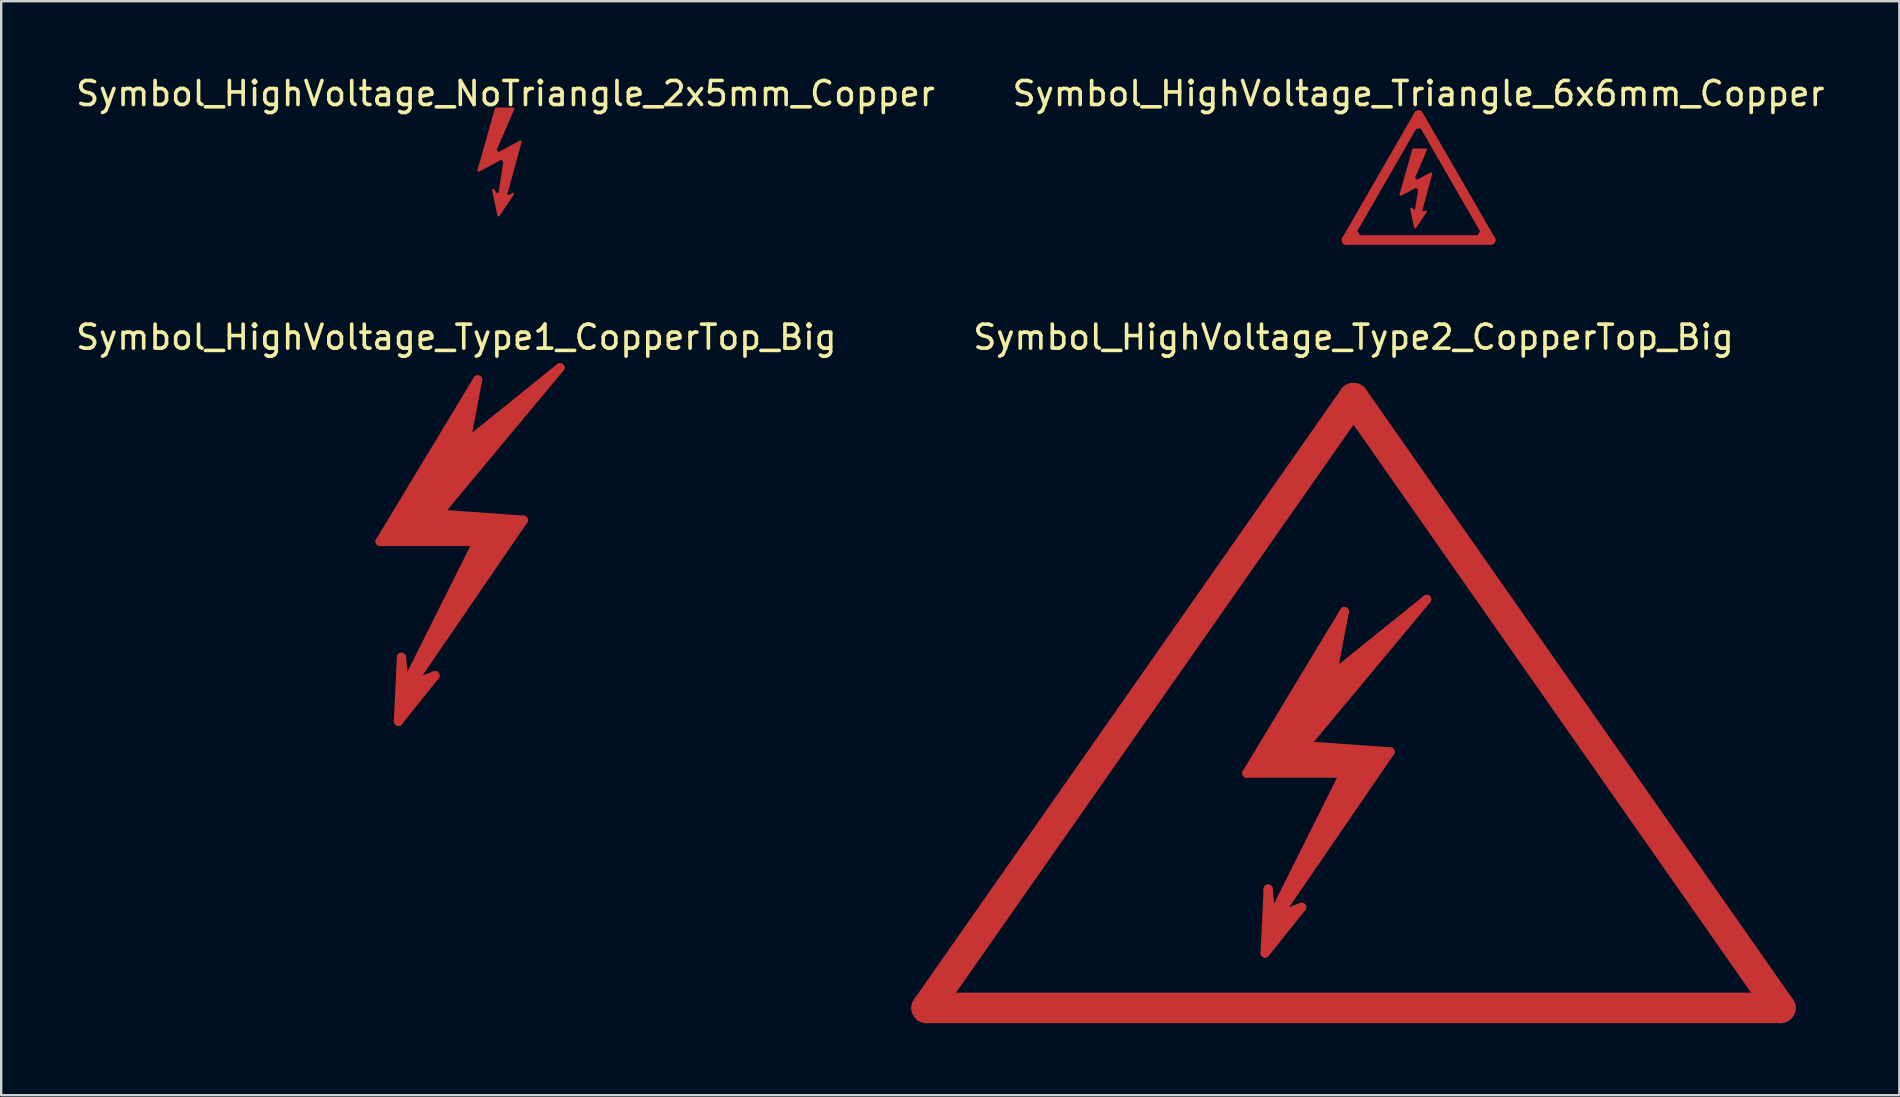
<source format=kicad_pcb>
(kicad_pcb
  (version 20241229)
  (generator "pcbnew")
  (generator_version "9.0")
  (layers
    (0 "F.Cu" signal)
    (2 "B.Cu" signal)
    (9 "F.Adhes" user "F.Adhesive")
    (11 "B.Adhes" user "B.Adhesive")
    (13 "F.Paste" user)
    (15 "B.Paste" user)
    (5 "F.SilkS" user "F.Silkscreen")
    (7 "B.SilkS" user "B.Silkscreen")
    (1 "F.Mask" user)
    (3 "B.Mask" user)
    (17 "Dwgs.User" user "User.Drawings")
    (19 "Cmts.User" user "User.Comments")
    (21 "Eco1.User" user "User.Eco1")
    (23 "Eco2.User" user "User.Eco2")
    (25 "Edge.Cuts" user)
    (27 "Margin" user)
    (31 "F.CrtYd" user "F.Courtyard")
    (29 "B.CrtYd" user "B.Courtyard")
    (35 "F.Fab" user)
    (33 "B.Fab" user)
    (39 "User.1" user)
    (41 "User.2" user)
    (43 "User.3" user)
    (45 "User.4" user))
  (footprint "Symbol_HighVoltage_Type1_CopperTop_Big"
    (layer "F.Cu")
    (at 15.958 19.125)
    (property "Reference" "Symbol_HighVoltage_Type1_CopperTop_Big" (at 0 -8.128 0) (layer "F.SilkS") (effects (font (size 1 1) (thickness 0.15))))
    (attr exclude_from_pos_files exclude_from_bom)
    (fp_line (start -3.175 0.381) (end 0.889 0.381) (stroke (width 0.381) (type solid)) (layer "F.Cu"))
    (fp_line (start -2.794 0.254) (end 0.381 -4.318) (stroke (width 0.381) (type solid)) (layer "F.Cu"))
    (fp_line (start -2.413 0.127) (end 0.254 -3.556) (stroke (width 0.381) (type solid)) (layer "F.Cu"))
    (fp_line (start -2.413 7.874) (end -0.889 5.969) (stroke (width 0.381) (type solid)) (layer "F.Cu"))
    (fp_line (start -2.286 5.207) (end -2.413 7.874) (stroke (width 0.381) (type solid)) (layer "F.Cu"))
    (fp_line (start -2.286 7.239) (end -1.905 6.35) (stroke (width 0.381) (type solid)) (layer "F.Cu"))
    (fp_line (start -2.159 6.477) (end -2.286 5.207) (stroke (width 0.381) (type solid)) (layer "F.Cu"))
    (fp_line (start -2.032 0.127) (end 2.667 -5.207) (stroke (width 0.381) (type solid)) (layer "F.Cu"))
    (fp_line (start -1.905 6.096) (end -1.778 6.223) (stroke (width 0.381) (type solid)) (layer "F.Cu"))
    (fp_line (start -1.905 6.35) (end -1.778 5.969) (stroke (width 0.381) (type solid)) (layer "F.Cu"))
    (fp_line (start -1.905 6.35) (end 2.794 -0.508) (stroke (width 0.381) (type solid)) (layer "F.Cu"))
    (fp_line (start -1.778 5.969) (end -1.905 6.096) (stroke (width 0.381) (type solid)) (layer "F.Cu"))
    (fp_line (start -1.651 0.254) (end 2.032 0.127) (stroke (width 0.381) (type solid)) (layer "F.Cu"))
    (fp_line (start -1.524 6.477) (end -2.286 7.239) (stroke (width 0.381) (type solid)) (layer "F.Cu"))
    (fp_line (start -1.397 5.461) (end 1.397 0.127) (stroke (width 0.381) (type solid)) (layer "F.Cu"))
    (fp_line (start -1.143 0) (end 1.905 -0.127) (stroke (width 0.381) (type solid)) (layer "F.Cu"))
    (fp_line (start -1.016 -1.524) (end 1.524 -4.445) (stroke (width 0.381) (type solid)) (layer "F.Cu"))
    (fp_line (start -1.016 -1.016) (end -0.762 -0.381) (stroke (width 0.381) (type solid)) (layer "F.Cu"))
    (fp_line (start -1.016 -0.381) (end -1.143 0) (stroke (width 0.381) (type solid)) (layer "F.Cu"))
    (fp_line (start -0.889 5.969) (end -1.905 6.35) (stroke (width 0.381) (type solid)) (layer "F.Cu"))
    (fp_line (start -0.762 -0.762) (end 4.318 -6.858) (stroke (width 0.381) (type solid)) (layer "F.Cu"))
    (fp_line (start 0.254 -3.556) (end -2.032 0.127) (stroke (width 0.381) (type solid)) (layer "F.Cu"))
    (fp_line (start 0.381 -4.318) (end -2.413 0.127) (stroke (width 0.381) (type solid)) (layer "F.Cu"))
    (fp_line (start 0.381 -3.683) (end 0.889 -6.35) (stroke (width 0.381) (type solid)) (layer "F.Cu"))
    (fp_line (start 0.508 -5.588) (end 0.381 -4.953) (stroke (width 0.381) (type solid)) (layer "F.Cu"))
    (fp_line (start 0.508 -5.08) (end -2.794 0.254) (stroke (width 0.381) (type solid)) (layer "F.Cu"))
    (fp_line (start 0.889 -6.35) (end -3.175 0.381) (stroke (width 0.381) (type solid)) (layer "F.Cu"))
    (fp_line (start 0.889 0.381) (end -2.159 6.477) (stroke (width 0.381) (type solid)) (layer "F.Cu"))
    (fp_line (start 1.397 0.127) (end 2.032 0.127) (stroke (width 0.381) (type solid)) (layer "F.Cu"))
    (fp_line (start 1.524 -4.445) (end -1.651 0.254) (stroke (width 0.381) (type solid)) (layer "F.Cu"))
    (fp_line (start 1.905 -0.127) (end -1.397 5.461) (stroke (width 0.381) (type solid)) (layer "F.Cu"))
    (fp_line (start 2.032 0.127) (end 0.762 2.159) (stroke (width 0.381) (type solid)) (layer "F.Cu"))
    (fp_line (start 2.032 0.127) (end 2.413 -0.381) (stroke (width 0.381) (type solid)) (layer "F.Cu"))
    (fp_line (start 2.413 -0.381) (end -1.016 -0.381) (stroke (width 0.381) (type solid)) (layer "F.Cu"))
    (fp_line (start 2.667 -5.207) (end -1.016 -1.524) (stroke (width 0.381) (type solid)) (layer "F.Cu"))
    (fp_line (start 2.794 -0.508) (end -0.762 -0.762) (stroke (width 0.381) (type solid)) (layer "F.Cu"))
    (fp_line (start 3.048 -5.461) (end 0.127 -3.175) (stroke (width 0.381) (type solid)) (layer "F.Cu"))
    (fp_line (start 4.318 -6.858) (end 0.381 -3.683) (stroke (width 0.381) (type solid)) (layer "F.Cu")))
  (footprint "Symbol_HighVoltage_Triangle_6x6mm_Copper"
    (layer "F.Cu")
    (at 56.042 4.348)
    (property "Reference" "Symbol_HighVoltage_Triangle_6x6mm_Copper" (at 0 -3.5 0) (layer "F.SilkS") (effects (font (size 1 1) (thickness 0.15))))
    (attr board_only exclude_from_pos_files exclude_from_bom allow_missing_courtyard)
    (fp_line (start -3 2.6) (end 0 -2.6) (stroke (width 0.4) (type solid)) (layer "F.Cu"))
    (fp_line (start -2.457 2.565) (end -2.723 2.155) (stroke (width 0.2) (type default)) (layer "F.Cu"))
    (fp_line (start -0.28 0.03) (end -0.08 0.21) (stroke (width 0.2) (type default)) (layer "F.Cu"))
    (fp_line (start -0.26 1.36) (end 0.21 1.46) (stroke (width 0.102) (type default)) (layer "F.Cu"))
    (fp_line (start -0.135 0.295) (end 0.115 0.465) (stroke (width 0.2) (type default)) (layer "F.Cu"))
    (fp_line (start -0.125 -2.14) (end 0.125 -2.14) (stroke (width 0.2) (type default)) (layer "F.Cu"))
    (fp_line (start 0 -2.6) (end 3 2.6) (stroke (width 0.4) (type solid)) (layer "F.Cu"))
    (fp_line (start 2.467 2.565) (end 2.733 2.155) (stroke (width 0.2) (type default)) (layer "F.Cu"))
    (fp_line (start 3 2.6) (end -3 2.6) (stroke (width 0.4) (type solid)) (layer "F.Cu"))
    (fp_poly (pts (xy -0.321 0.284) (xy 0.525 -0.171) (xy 0.049 1.565) (xy 0.293 1.416) (xy -0.141 2.062) (xy -0.3 1.3) (xy -0.131 1.533) (xy 0.07 0.273) (xy -0.745 0.707) (xy -0.215 -1.166) (xy 0.303 -1.166)) (stroke (width 0.1) (type solid)) (fill yes) (layer "F.Cu")))
  (footprint "Symbol_HighVoltage_NoTriangle_2x5mm_Copper"
    (layer "F.Cu")
    (at 18.006 3.848)
    (property "Reference" "Symbol_HighVoltage_NoTriangle_2x5mm_Copper" (at 0 -3 0) (layer "F.SilkS") (effects (font (size 1 1) (thickness 0.15))))
    (attr board_only exclude_from_pos_files exclude_from_bom allow_missing_courtyard)
    (fp_line (start -0.49 -0.65) (end -0.29 -0.4) (stroke (width 0.2) (type default)) (layer "F.Cu"))
    (fp_line (start -0.38 1.23) (end 0.13 1.32) (stroke (width 0.2) (type default)) (layer "F.Cu"))
    (fp_line (start -0.17 -0.405) (end 0.03 -0.155) (stroke (width 0.2) (type default)) (layer "F.Cu"))
    (fp_poly (pts (xy -0.538 -0.374) (xy 0.626 -1) (xy -0.029 1.387) (xy 0.306 1.183) (xy -0.291 2.07) (xy -0.509 1.023) (xy -0.276 1.343) (xy 0 -0.389) (xy -1.121 0.208) (xy -0.393 -2.368) (xy 0.32 -2.368)) (stroke (width 0.1) (type solid)) (fill yes) (layer "F.Cu")))
  (footprint "Symbol_HighVoltage_Type2_CopperTop_Big"
    (layer "F.Cu")
    (at 53.332 28.776)
    (property "Reference" "Symbol_HighVoltage_Type2_CopperTop_Big" (at 0 -17.78 0) (layer "F.SilkS") (effects (font (size 1 1) (thickness 0.15))))
    (attr exclude_from_pos_files exclude_from_bom)
    (fp_line (start -17.78 10.16) (end 0 -15.24) (stroke (width 1.27) (type solid)) (layer "F.Cu"))
    (fp_line (start -4.445 0.381) (end -0.381 0.381) (stroke (width 0.381) (type solid)) (layer "F.Cu"))
    (fp_line (start -4.064 0.254) (end -0.889 -4.318) (stroke (width 0.381) (type solid)) (layer "F.Cu"))
    (fp_line (start -3.683 0.127) (end -1.016 -3.556) (stroke (width 0.381) (type solid)) (layer "F.Cu"))
    (fp_line (start -3.683 7.874) (end -2.159 5.969) (stroke (width 0.381) (type solid)) (layer "F.Cu"))
    (fp_line (start -3.556 5.207) (end -3.683 7.874) (stroke (width 0.381) (type solid)) (layer "F.Cu"))
    (fp_line (start -3.556 7.239) (end -3.175 6.35) (stroke (width 0.381) (type solid)) (layer "F.Cu"))
    (fp_line (start -3.429 6.477) (end -3.556 5.207) (stroke (width 0.381) (type solid)) (layer "F.Cu"))
    (fp_line (start -3.302 0.127) (end 1.397 -5.207) (stroke (width 0.381) (type solid)) (layer "F.Cu"))
    (fp_line (start -3.175 6.096) (end -3.048 6.223) (stroke (width 0.381) (type solid)) (layer "F.Cu"))
    (fp_line (start -3.175 6.35) (end -3.048 5.969) (stroke (width 0.381) (type solid)) (layer "F.Cu"))
    (fp_line (start -3.175 6.35) (end 1.524 -0.508) (stroke (width 0.381) (type solid)) (layer "F.Cu"))
    (fp_line (start -3.048 5.969) (end -3.175 6.096) (stroke (width 0.381) (type solid)) (layer "F.Cu"))
    (fp_line (start -2.921 0.254) (end 0.762 0.127) (stroke (width 0.381) (type solid)) (layer "F.Cu"))
    (fp_line (start -2.794 6.477) (end -3.556 7.239) (stroke (width 0.381) (type solid)) (layer "F.Cu"))
    (fp_line (start -2.667 5.461) (end 0.127 0.127) (stroke (width 0.381) (type solid)) (layer "F.Cu"))
    (fp_line (start -2.413 0) (end 0.635 -0.127) (stroke (width 0.381) (type solid)) (layer "F.Cu"))
    (fp_line (start -2.286 -1.524) (end 0.254 -4.445) (stroke (width 0.381) (type solid)) (layer "F.Cu"))
    (fp_line (start -2.286 -1.016) (end -2.032 -0.381) (stroke (width 0.381) (type solid)) (layer "F.Cu"))
    (fp_line (start -2.286 -0.381) (end -2.413 0) (stroke (width 0.381) (type solid)) (layer "F.Cu"))
    (fp_line (start -2.159 5.969) (end -3.175 6.35) (stroke (width 0.381) (type solid)) (layer "F.Cu"))
    (fp_line (start -2.032 -0.762) (end 3.048 -6.858) (stroke (width 0.381) (type solid)) (layer "F.Cu"))
    (fp_line (start -1.016 -3.556) (end -3.302 0.127) (stroke (width 0.381) (type solid)) (layer "F.Cu"))
    (fp_line (start -0.889 -4.318) (end -3.683 0.127) (stroke (width 0.381) (type solid)) (layer "F.Cu"))
    (fp_line (start -0.889 -3.683) (end -0.381 -6.35) (stroke (width 0.381) (type solid)) (layer "F.Cu"))
    (fp_line (start -0.762 -5.588) (end -0.889 -4.953) (stroke (width 0.381) (type solid)) (layer "F.Cu"))
    (fp_line (start -0.762 -5.08) (end -4.064 0.254) (stroke (width 0.381) (type solid)) (layer "F.Cu"))
    (fp_line (start -0.381 -6.35) (end -4.445 0.381) (stroke (width 0.381) (type solid)) (layer "F.Cu"))
    (fp_line (start -0.381 0.381) (end -3.429 6.477) (stroke (width 0.381) (type solid)) (layer "F.Cu"))
    (fp_line (start 0 -15.24) (end 17.78 10.16) (stroke (width 1.27) (type solid)) (layer "F.Cu"))
    (fp_line (start 0.127 0.127) (end 0.762 0.127) (stroke (width 0.381) (type solid)) (layer "F.Cu"))
    (fp_line (start 0.254 -4.445) (end -2.921 0.254) (stroke (width 0.381) (type solid)) (layer "F.Cu"))
    (fp_line (start 0.635 -0.127) (end -2.667 5.461) (stroke (width 0.381) (type solid)) (layer "F.Cu"))
    (fp_line (start 0.762 0.127) (end -0.508 2.159) (stroke (width 0.381) (type solid)) (layer "F.Cu"))
    (fp_line (start 0.762 0.127) (end 1.143 -0.381) (stroke (width 0.381) (type solid)) (layer "F.Cu"))
    (fp_line (start 1.143 -0.381) (end -2.286 -0.381) (stroke (width 0.381) (type solid)) (layer "F.Cu"))
    (fp_line (start 1.397 -5.207) (end -2.286 -1.524) (stroke (width 0.381) (type solid)) (layer "F.Cu"))
    (fp_line (start 1.524 -0.508) (end -2.032 -0.762) (stroke (width 0.381) (type solid)) (layer "F.Cu"))
    (fp_line (start 1.778 -5.461) (end -1.143 -3.175) (stroke (width 0.381) (type solid)) (layer "F.Cu"))
    (fp_line (start 3.048 -6.858) (end -0.889 -3.683) (stroke (width 0.381) (type solid)) (layer "F.Cu"))
    (fp_line (start 17.78 10.16) (end -17.78 10.16) (stroke (width 1.27) (type solid)) (layer "F.Cu")))
  (gr_rect
    (start -3 -3)
    (end 76.071 42.572)
    (stroke (width 0.1) (type default))
    (fill no)
    (layer "Edge.Cuts")))
</source>
